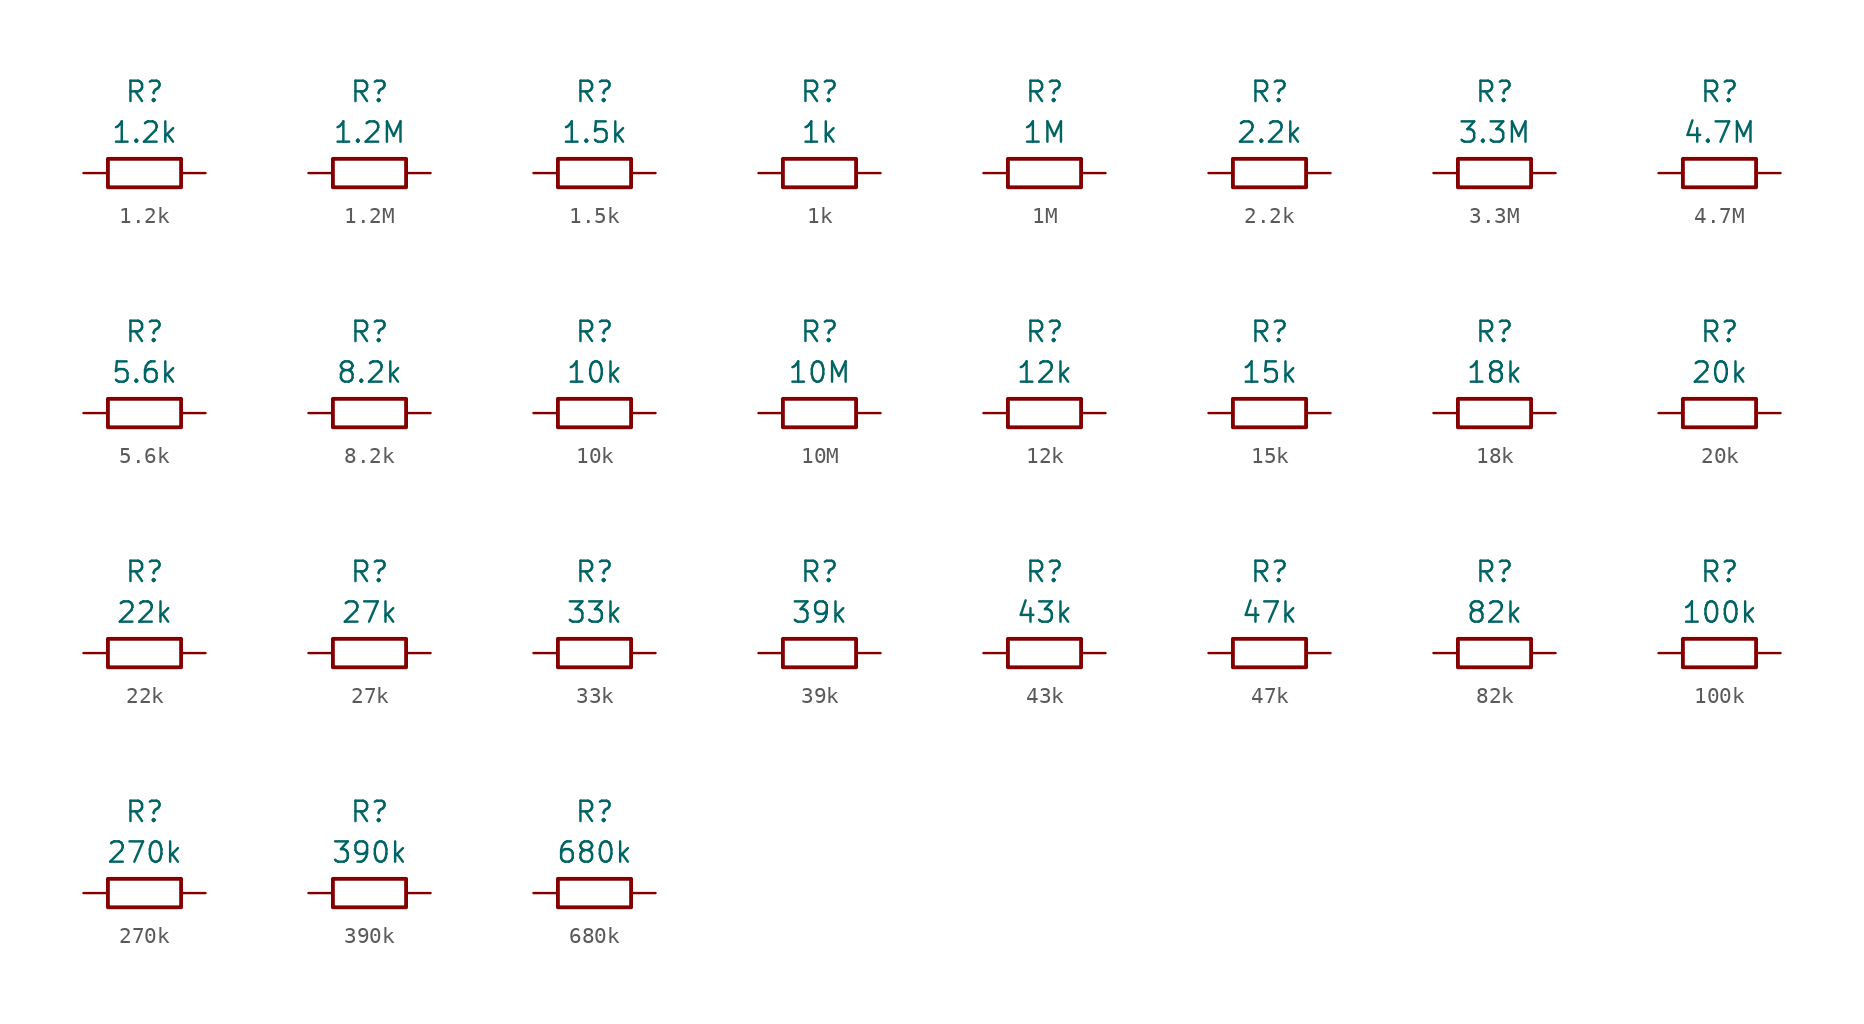
<source format=kicad_sym>
(kicad_symbol_lib
  (version 20211014)
  (generator kicad_symbol_editor)
  (symbol "1.2k"
    (property "Reference" "R"
      (at 0 5.08 0)
      (effects (font (size 1.27 1.27))))
    (property "Value" "1.2k"
      (at 0 2.54 0)
      (effects (font (size 1.27 1.27))))
    (symbol "1.2k_0_1"
      (rectangle (start -2.286 0.889) (end 2.286 -0.889) (stroke (width 0.24) (type default) (color 0 0 0 0)) (fill (type none))))
    (symbol "1.2k_1_1"
      (pin passive line (at -3.81 0 0) (length 1.5) (name "" (effects (font (size 1.27 1.27)))) (number "1" (effects (font (size 0 0)))))
      (pin passive line (at 3.81 0 180) (length 1.5) (name "~" (effects (font (size 1.27 1.27)))) (number "2" (effects (font (size 0 0)))))))
  (symbol "1.2M"
    (property "Reference" "R"
      (at 0 5.08 0)
      (effects (font (size 1.27 1.27))))
    (property "Value" "1.2M"
      (at 0 2.54 0)
      (effects (font (size 1.27 1.27))))
    (symbol "1.2M_0_1"
      (rectangle (start -2.286 0.889) (end 2.286 -0.889) (stroke (width 0.24) (type default) (color 0 0 0 0)) (fill (type none))))
    (symbol "1.2M_1_1"
      (pin passive line (at -3.81 0 0) (length 1.5) (name "" (effects (font (size 1.27 1.27)))) (number "1" (effects (font (size 0 0)))))
      (pin passive line (at 3.81 0 180) (length 1.5) (name "~" (effects (font (size 1.27 1.27)))) (number "2" (effects (font (size 0 0)))))))
  (symbol "1.5k"
    (property "Reference" "R"
      (at 0 5.08 0)
      (effects (font (size 1.27 1.27))))
    (property "Value" "1.5k"
      (at 0 2.54 0)
      (effects (font (size 1.27 1.27))))
    (symbol "1.5k_0_1"
      (rectangle (start -2.286 0.889) (end 2.286 -0.889) (stroke (width 0.24) (type default) (color 0 0 0 0)) (fill (type none))))
    (symbol "1.5k_1_1"
      (pin passive line (at -3.81 0 0) (length 1.5) (name "" (effects (font (size 1.27 1.27)))) (number "1" (effects (font (size 0 0)))))
      (pin passive line (at 3.81 0 180) (length 1.5) (name "~" (effects (font (size 1.27 1.27)))) (number "2" (effects (font (size 0 0)))))))
  (symbol "1k"
    (property "Reference" "R"
      (at 0 5.08 0)
      (effects (font (size 1.27 1.27))))
    (property "Value" "1k"
      (at 0 2.54 0)
      (effects (font (size 1.27 1.27))))
    (symbol "1k_0_1"
      (rectangle (start -2.286 0.889) (end 2.286 -0.889) (stroke (width 0.24) (type default) (color 0 0 0 0)) (fill (type none))))
    (symbol "1k_1_1"
      (pin passive line (at -3.81 0 0) (length 1.5) (name "" (effects (font (size 1.27 1.27)))) (number "1" (effects (font (size 0 0)))))
      (pin passive line (at 3.81 0 180) (length 1.5) (name "~" (effects (font (size 1.27 1.27)))) (number "2" (effects (font (size 0 0)))))))
  (symbol "1M"
    (property "Reference" "R"
      (at 0 5.08 0)
      (effects (font (size 1.27 1.27))))
    (property "Value" "1M"
      (at 0 2.54 0)
      (effects (font (size 1.27 1.27))))
    (symbol "1M_0_1"
      (rectangle (start -2.286 0.889) (end 2.286 -0.889) (stroke (width 0.24) (type default) (color 0 0 0 0)) (fill (type none))))
    (symbol "1M_1_1"
      (pin passive line (at -3.81 0 0) (length 1.5) (name "" (effects (font (size 1.27 1.27)))) (number "1" (effects (font (size 0 0)))))
      (pin passive line (at 3.81 0 180) (length 1.5) (name "~" (effects (font (size 1.27 1.27)))) (number "2" (effects (font (size 0 0)))))))
  (symbol "2.2k"
    (property "Reference" "R"
      (at 0 5.08 0)
      (effects (font (size 1.27 1.27))))
    (property "Value" "2.2k"
      (at 0 2.54 0)
      (effects (font (size 1.27 1.27))))
    (symbol "2.2k_0_1"
      (rectangle (start -2.286 0.889) (end 2.286 -0.889) (stroke (width 0.24) (type default) (color 0 0 0 0)) (fill (type none))))
    (symbol "2.2k_1_1"
      (pin passive line (at -3.81 0 0) (length 1.5) (name "" (effects (font (size 1.27 1.27)))) (number "1" (effects (font (size 0 0)))))
      (pin passive line (at 3.81 0 180) (length 1.5) (name "~" (effects (font (size 1.27 1.27)))) (number "2" (effects (font (size 0 0)))))))
  (symbol "3.3M"
    (property "Reference" "R"
      (at 0 5.08 0)
      (effects (font (size 1.27 1.27))))
    (property "Value" "3.3M"
      (at 0 2.54 0)
      (effects (font (size 1.27 1.27))))
    (symbol "3.3M_0_1"
      (rectangle (start -2.286 0.889) (end 2.286 -0.889) (stroke (width 0.24) (type default) (color 0 0 0 0)) (fill (type none))))
    (symbol "3.3M_1_1"
      (pin passive line (at -3.81 0 0) (length 1.5) (name "" (effects (font (size 1.27 1.27)))) (number "1" (effects (font (size 0 0)))))
      (pin passive line (at 3.81 0 180) (length 1.5) (name "~" (effects (font (size 1.27 1.27)))) (number "2" (effects (font (size 0 0)))))))
  (symbol "4.7M"
    (property "Reference" "R"
      (at 0 5.08 0)
      (effects (font (size 1.27 1.27))))
    (property "Value" "4.7M"
      (at 0 2.54 0)
      (effects (font (size 1.27 1.27))))
    (symbol "4.7M_0_1"
      (rectangle (start -2.286 0.889) (end 2.286 -0.889) (stroke (width 0.24) (type default) (color 0 0 0 0)) (fill (type none))))
    (symbol "4.7M_1_1"
      (pin passive line (at -3.81 0 0) (length 1.5) (name "" (effects (font (size 1.27 1.27)))) (number "1" (effects (font (size 0 0)))))
      (pin passive line (at 3.81 0 180) (length 1.5) (name "~" (effects (font (size 1.27 1.27)))) (number "2" (effects (font (size 0 0)))))))
  (symbol "5.6k"
    (property "Reference" "R"
      (at 0 5.08 0)
      (effects (font (size 1.27 1.27))))
    (property "Value" "5.6k"
      (at 0 2.54 0)
      (effects (font (size 1.27 1.27))))
    (symbol "5.6k_0_1"
      (rectangle (start -2.286 0.889) (end 2.286 -0.889) (stroke (width 0.24) (type default) (color 0 0 0 0)) (fill (type none))))
    (symbol "5.6k_1_1"
      (pin passive line (at -3.81 0 0) (length 1.5) (name "" (effects (font (size 1.27 1.27)))) (number "1" (effects (font (size 0 0)))))
      (pin passive line (at 3.81 0 180) (length 1.5) (name "~" (effects (font (size 1.27 1.27)))) (number "2" (effects (font (size 0 0)))))))
  (symbol "8.2k"
    (property "Reference" "R"
      (at 0 5.08 0)
      (effects (font (size 1.27 1.27))))
    (property "Value" "8.2k"
      (at 0 2.54 0)
      (effects (font (size 1.27 1.27))))
    (symbol "8.2k_0_1"
      (rectangle (start -2.286 0.889) (end 2.286 -0.889) (stroke (width 0.24) (type default) (color 0 0 0 0)) (fill (type none))))
    (symbol "8.2k_1_1"
      (pin passive line (at -3.81 0 0) (length 1.5) (name "" (effects (font (size 1.27 1.27)))) (number "1" (effects (font (size 0 0)))))
      (pin passive line (at 3.81 0 180) (length 1.5) (name "~" (effects (font (size 1.27 1.27)))) (number "2" (effects (font (size 0 0)))))))
  (symbol "10k"
    (property "Reference" "R"
      (at 0 5.08 0)
      (effects (font (size 1.27 1.27))))
    (property "Value" "10k"
      (at 0 2.54 0)
      (effects (font (size 1.27 1.27))))
    (symbol "10k_0_1"
      (rectangle (start -2.286 0.889) (end 2.286 -0.889) (stroke (width 0.24) (type default) (color 0 0 0 0)) (fill (type none))))
    (symbol "10k_1_1"
      (pin passive line (at -3.81 0 0) (length 1.5) (name "" (effects (font (size 1.27 1.27)))) (number "1" (effects (font (size 0 0)))))
      (pin passive line (at 3.81 0 180) (length 1.5) (name "~" (effects (font (size 1.27 1.27)))) (number "2" (effects (font (size 0 0)))))))
  (symbol "10M"
    (property "Reference" "R"
      (at 0 5.08 0)
      (effects (font (size 1.27 1.27))))
    (property "Value" "10M"
      (at 0 2.54 0)
      (effects (font (size 1.27 1.27))))
    (symbol "10M_0_1"
      (rectangle (start -2.286 0.889) (end 2.286 -0.889) (stroke (width 0.24) (type default) (color 0 0 0 0)) (fill (type none))))
    (symbol "10M_1_1"
      (pin passive line (at -3.81 0 0) (length 1.5) (name "" (effects (font (size 1.27 1.27)))) (number "1" (effects (font (size 0 0)))))
      (pin passive line (at 3.81 0 180) (length 1.5) (name "~" (effects (font (size 1.27 1.27)))) (number "2" (effects (font (size 0 0)))))))
  (symbol "12k"
    (property "Reference" "R"
      (at 0 5.08 0)
      (effects (font (size 1.27 1.27))))
    (property "Value" "12k"
      (at 0 2.54 0)
      (effects (font (size 1.27 1.27))))
    (symbol "12k_0_1"
      (rectangle (start -2.286 0.889) (end 2.286 -0.889) (stroke (width 0.24) (type default) (color 0 0 0 0)) (fill (type none))))
    (symbol "12k_1_1"
      (pin passive line (at -3.81 0 0) (length 1.5) (name "" (effects (font (size 1.27 1.27)))) (number "1" (effects (font (size 0 0)))))
      (pin passive line (at 3.81 0 180) (length 1.5) (name "~" (effects (font (size 1.27 1.27)))) (number "2" (effects (font (size 0 0)))))))
  (symbol "15k"
    (property "Reference" "R"
      (at 0 5.08 0)
      (effects (font (size 1.27 1.27))))
    (property "Value" "15k"
      (at 0 2.54 0)
      (effects (font (size 1.27 1.27))))
    (symbol "15k_0_1"
      (rectangle (start -2.286 0.889) (end 2.286 -0.889) (stroke (width 0.24) (type default) (color 0 0 0 0)) (fill (type none))))
    (symbol "15k_1_1"
      (pin passive line (at -3.81 0 0) (length 1.5) (name "" (effects (font (size 1.27 1.27)))) (number "1" (effects (font (size 0 0)))))
      (pin passive line (at 3.81 0 180) (length 1.5) (name "~" (effects (font (size 1.27 1.27)))) (number "2" (effects (font (size 0 0)))))))
  (symbol "18k"
    (property "Reference" "R"
      (at 0 5.08 0)
      (effects (font (size 1.27 1.27))))
    (property "Value" "18k"
      (at 0 2.54 0)
      (effects (font (size 1.27 1.27))))
    (symbol "18k_0_1"
      (rectangle (start -2.286 0.889) (end 2.286 -0.889) (stroke (width 0.24) (type default) (color 0 0 0 0)) (fill (type none))))
    (symbol "18k_1_1"
      (pin passive line (at -3.81 0 0) (length 1.5) (name "" (effects (font (size 1.27 1.27)))) (number "1" (effects (font (size 0 0)))))
      (pin passive line (at 3.81 0 180) (length 1.5) (name "~" (effects (font (size 1.27 1.27)))) (number "2" (effects (font (size 0 0)))))))
  (symbol "20k"
    (property "Reference" "R"
      (at 0 5.08 0)
      (effects (font (size 1.27 1.27))))
    (property "Value" "20k"
      (at 0 2.54 0)
      (effects (font (size 1.27 1.27))))
    (symbol "20k_0_1"
      (rectangle (start -2.286 0.889) (end 2.286 -0.889) (stroke (width 0.24) (type default) (color 0 0 0 0)) (fill (type none))))
    (symbol "20k_1_1"
      (pin passive line (at -3.81 0 0) (length 1.5) (name "" (effects (font (size 1.27 1.27)))) (number "1" (effects (font (size 0 0)))))
      (pin passive line (at 3.81 0 180) (length 1.5) (name "~" (effects (font (size 1.27 1.27)))) (number "2" (effects (font (size 0 0)))))))
  (symbol "22k"
    (property "Reference" "R"
      (at 0 5.08 0)
      (effects (font (size 1.27 1.27))))
    (property "Value" "22k"
      (at 0 2.54 0)
      (effects (font (size 1.27 1.27))))
    (symbol "22k_0_1"
      (rectangle (start -2.286 0.889) (end 2.286 -0.889) (stroke (width 0.24) (type default) (color 0 0 0 0)) (fill (type none))))
    (symbol "22k_1_1"
      (pin passive line (at -3.81 0 0) (length 1.5) (name "" (effects (font (size 1.27 1.27)))) (number "1" (effects (font (size 0 0)))))
      (pin passive line (at 3.81 0 180) (length 1.5) (name "~" (effects (font (size 1.27 1.27)))) (number "2" (effects (font (size 0 0)))))))
  (symbol "27k"
    (property "Reference" "R"
      (at 0 5.08 0)
      (effects (font (size 1.27 1.27))))
    (property "Value" "27k"
      (at 0 2.54 0)
      (effects (font (size 1.27 1.27))))
    (symbol "27k_0_1"
      (rectangle (start -2.286 0.889) (end 2.286 -0.889) (stroke (width 0.24) (type default) (color 0 0 0 0)) (fill (type none))))
    (symbol "27k_1_1"
      (pin passive line (at -3.81 0 0) (length 1.5) (name "" (effects (font (size 1.27 1.27)))) (number "1" (effects (font (size 0 0)))))
      (pin passive line (at 3.81 0 180) (length 1.5) (name "~" (effects (font (size 1.27 1.27)))) (number "2" (effects (font (size 0 0)))))))
  (symbol "33k"
    (property "Reference" "R"
      (at 0 5.08 0)
      (effects (font (size 1.27 1.27))))
    (property "Value" "33k"
      (at 0 2.54 0)
      (effects (font (size 1.27 1.27))))
    (symbol "33k_0_1"
      (rectangle (start -2.286 0.889) (end 2.286 -0.889) (stroke (width 0.24) (type default) (color 0 0 0 0)) (fill (type none))))
    (symbol "33k_1_1"
      (pin passive line (at -3.81 0 0) (length 1.5) (name "" (effects (font (size 1.27 1.27)))) (number "1" (effects (font (size 0 0)))))
      (pin passive line (at 3.81 0 180) (length 1.5) (name "~" (effects (font (size 1.27 1.27)))) (number "2" (effects (font (size 0 0)))))))
  (symbol "39k"
    (property "Reference" "R"
      (at 0 5.08 0)
      (effects (font (size 1.27 1.27))))
    (property "Value" "39k"
      (at 0 2.54 0)
      (effects (font (size 1.27 1.27))))
    (symbol "39k_0_1"
      (rectangle (start -2.286 0.889) (end 2.286 -0.889) (stroke (width 0.24) (type default) (color 0 0 0 0)) (fill (type none))))
    (symbol "39k_1_1"
      (pin passive line (at -3.81 0 0) (length 1.5) (name "" (effects (font (size 1.27 1.27)))) (number "1" (effects (font (size 0 0)))))
      (pin passive line (at 3.81 0 180) (length 1.5) (name "~" (effects (font (size 1.27 1.27)))) (number "2" (effects (font (size 0 0)))))))
  (symbol "43k"
    (property "Reference" "R"
      (at 0 5.08 0)
      (effects (font (size 1.27 1.27))))
    (property "Value" "43k"
      (at 0 2.54 0)
      (effects (font (size 1.27 1.27))))
    (symbol "43k_0_1"
      (rectangle (start -2.286 0.889) (end 2.286 -0.889) (stroke (width 0.24) (type default) (color 0 0 0 0)) (fill (type none))))
    (symbol "43k_1_1"
      (pin passive line (at -3.81 0 0) (length 1.5) (name "" (effects (font (size 1.27 1.27)))) (number "1" (effects (font (size 0 0)))))
      (pin passive line (at 3.81 0 180) (length 1.5) (name "~" (effects (font (size 1.27 1.27)))) (number "2" (effects (font (size 0 0)))))))
  (symbol "47k"
    (property "Reference" "R"
      (at 0 5.08 0)
      (effects (font (size 1.27 1.27))))
    (property "Value" "47k"
      (at 0 2.54 0)
      (effects (font (size 1.27 1.27))))
    (symbol "47k_0_1"
      (rectangle (start -2.286 0.889) (end 2.286 -0.889) (stroke (width 0.24) (type default) (color 0 0 0 0)) (fill (type none))))
    (symbol "47k_1_1"
      (pin passive line (at -3.81 0 0) (length 1.5) (name "" (effects (font (size 1.27 1.27)))) (number "1" (effects (font (size 0 0)))))
      (pin passive line (at 3.81 0 180) (length 1.5) (name "~" (effects (font (size 1.27 1.27)))) (number "2" (effects (font (size 0 0)))))))
  (symbol "82k"
    (property "Reference" "R"
      (at 0 5.08 0)
      (effects (font (size 1.27 1.27))))
    (property "Value" "82k"
      (at 0 2.54 0)
      (effects (font (size 1.27 1.27))))
    (symbol "82k_0_1"
      (rectangle (start -2.286 0.889) (end 2.286 -0.889) (stroke (width 0.24) (type default) (color 0 0 0 0)) (fill (type none))))
    (symbol "82k_1_1"
      (pin passive line (at -3.81 0 0) (length 1.5) (name "" (effects (font (size 1.27 1.27)))) (number "1" (effects (font (size 0 0)))))
      (pin passive line (at 3.81 0 180) (length 1.5) (name "~" (effects (font (size 1.27 1.27)))) (number "2" (effects (font (size 0 0)))))))
  (symbol "100k"
    (property "Reference" "R"
      (at 0 5.08 0)
      (effects (font (size 1.27 1.27))))
    (property "Value" "100k"
      (at 0 2.54 0)
      (effects (font (size 1.27 1.27))))
    (symbol "100k_0_1"
      (rectangle (start -2.286 0.889) (end 2.286 -0.889) (stroke (width 0.24) (type default) (color 0 0 0 0)) (fill (type none))))
    (symbol "100k_1_1"
      (pin passive line (at -3.81 0 0) (length 1.5) (name "" (effects (font (size 1.27 1.27)))) (number "1" (effects (font (size 0 0)))))
      (pin passive line (at 3.81 0 180) (length 1.5) (name "~" (effects (font (size 1.27 1.27)))) (number "2" (effects (font (size 0 0)))))))
  (symbol "270k"
    (property "Reference" "R"
      (at 0 5.08 0)
      (effects (font (size 1.27 1.27))))
    (property "Value" "270k"
      (at 0 2.54 0)
      (effects (font (size 1.27 1.27))))
    (symbol "270k_0_1"
      (rectangle (start -2.286 0.889) (end 2.286 -0.889) (stroke (width 0.24) (type default) (color 0 0 0 0)) (fill (type none))))
    (symbol "270k_1_1"
      (pin passive line (at -3.81 0 0) (length 1.5) (name "" (effects (font (size 1.27 1.27)))) (number "1" (effects (font (size 0 0)))))
      (pin passive line (at 3.81 0 180) (length 1.5) (name "~" (effects (font (size 1.27 1.27)))) (number "2" (effects (font (size 0 0)))))))
  (symbol "390k"
    (property "Reference" "R"
      (at 0 5.08 0)
      (effects (font (size 1.27 1.27))))
    (property "Value" "390k"
      (at 0 2.54 0)
      (effects (font (size 1.27 1.27))))
    (symbol "390k_0_1"
      (rectangle (start -2.286 0.889) (end 2.286 -0.889) (stroke (width 0.24) (type default) (color 0 0 0 0)) (fill (type none))))
    (symbol "390k_1_1"
      (pin passive line (at -3.81 0 0) (length 1.5) (name "" (effects (font (size 1.27 1.27)))) (number "1" (effects (font (size 0 0)))))
      (pin passive line (at 3.81 0 180) (length 1.5) (name "~" (effects (font (size 1.27 1.27)))) (number "2" (effects (font (size 0 0)))))))
  (symbol "680k"
    (property "Reference" "R"
      (at 0 5.08 0)
      (effects (font (size 1.27 1.27))))
    (property "Value" "680k"
      (at 0 2.54 0)
      (effects (font (size 1.27 1.27))))
    (symbol "680k_0_1"
      (rectangle (start -2.286 0.889) (end 2.286 -0.889) (stroke (width 0.24) (type default) (color 0 0 0 0)) (fill (type none))))
    (symbol "680k_1_1"
      (pin passive line (at -3.81 0 0) (length 1.5) (name "" (effects (font (size 1.27 1.27)))) (number "1" (effects (font (size 0 0)))))
      (pin passive line (at 3.81 0 180) (length 1.5) (name "~" (effects (font (size 1.27 1.27)))) (number "2" (effects (font (size 0 0))))))))
</source>
